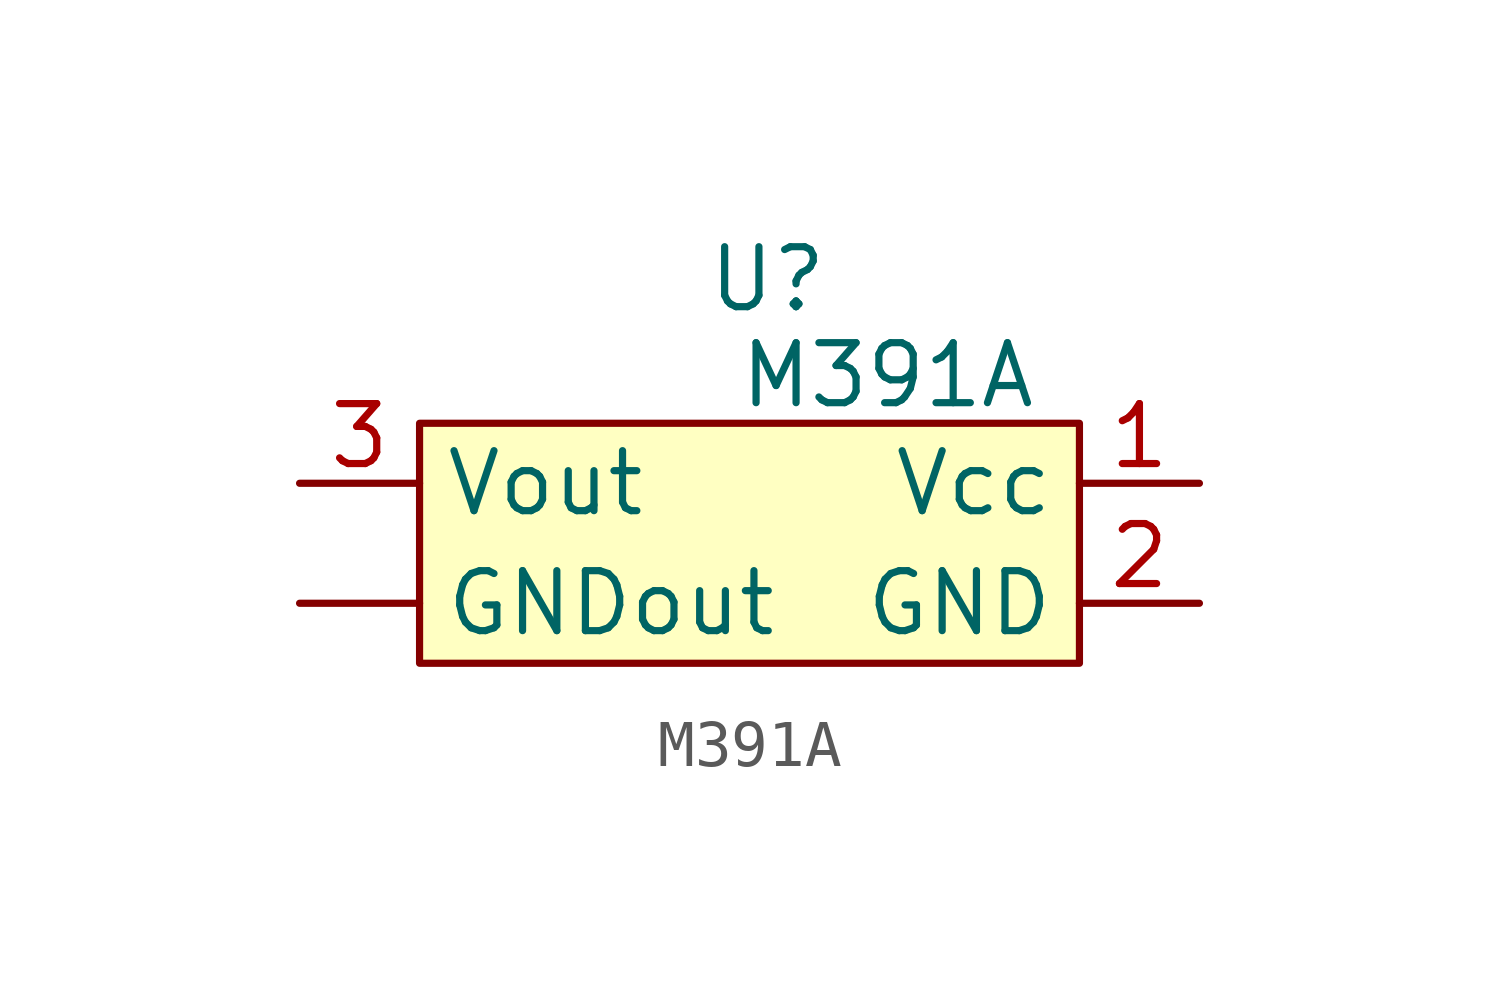
<source format=kicad_sym>
(kicad_symbol_lib
  (version 20241209)
  (generator "kicad_symbol_editor")
  (generator_version "9.0")
  (symbol "M391A"
    (property "Reference" "U"
      (at -0.254 4.318 0)
      (effects (font (size 1.27 1.27))))
    (property "Value" "M391A"
      (at 2.286 2.286 0)
      (effects (font (size 1.27 1.27))))
    (symbol "M391A_1_1"
      (rectangle (start -7.62 1.27) (end 6.35 -3.81) (stroke (width 0) (type solid)) (fill (type background)))
      (pin power_out line (at -10.16 0 0) (length 2.54) (name "Vout" (effects (font (size 1.27 1.27)))) (number "3" (effects (font (size 1.27 1.27)))))
      (pin power_out line (at -10.16 -2.54 0) (length 2.54) (name "GNDout" (effects (font (size 1.27 1.27)))) (number "" (effects (font (size 1.27 1.27)))))
      (pin power_in line (at 8.89 0 180) (length 2.54) (name "Vcc" (effects (font (size 1.27 1.27)))) (number "1" (effects (font (size 1.27 1.27)))))
      (pin power_in line (at 8.89 -2.54 180) (length 2.54) (name "GND" (effects (font (size 1.27 1.27)))) (number "2" (effects (font (size 1.27 1.27))))))))
</source>
